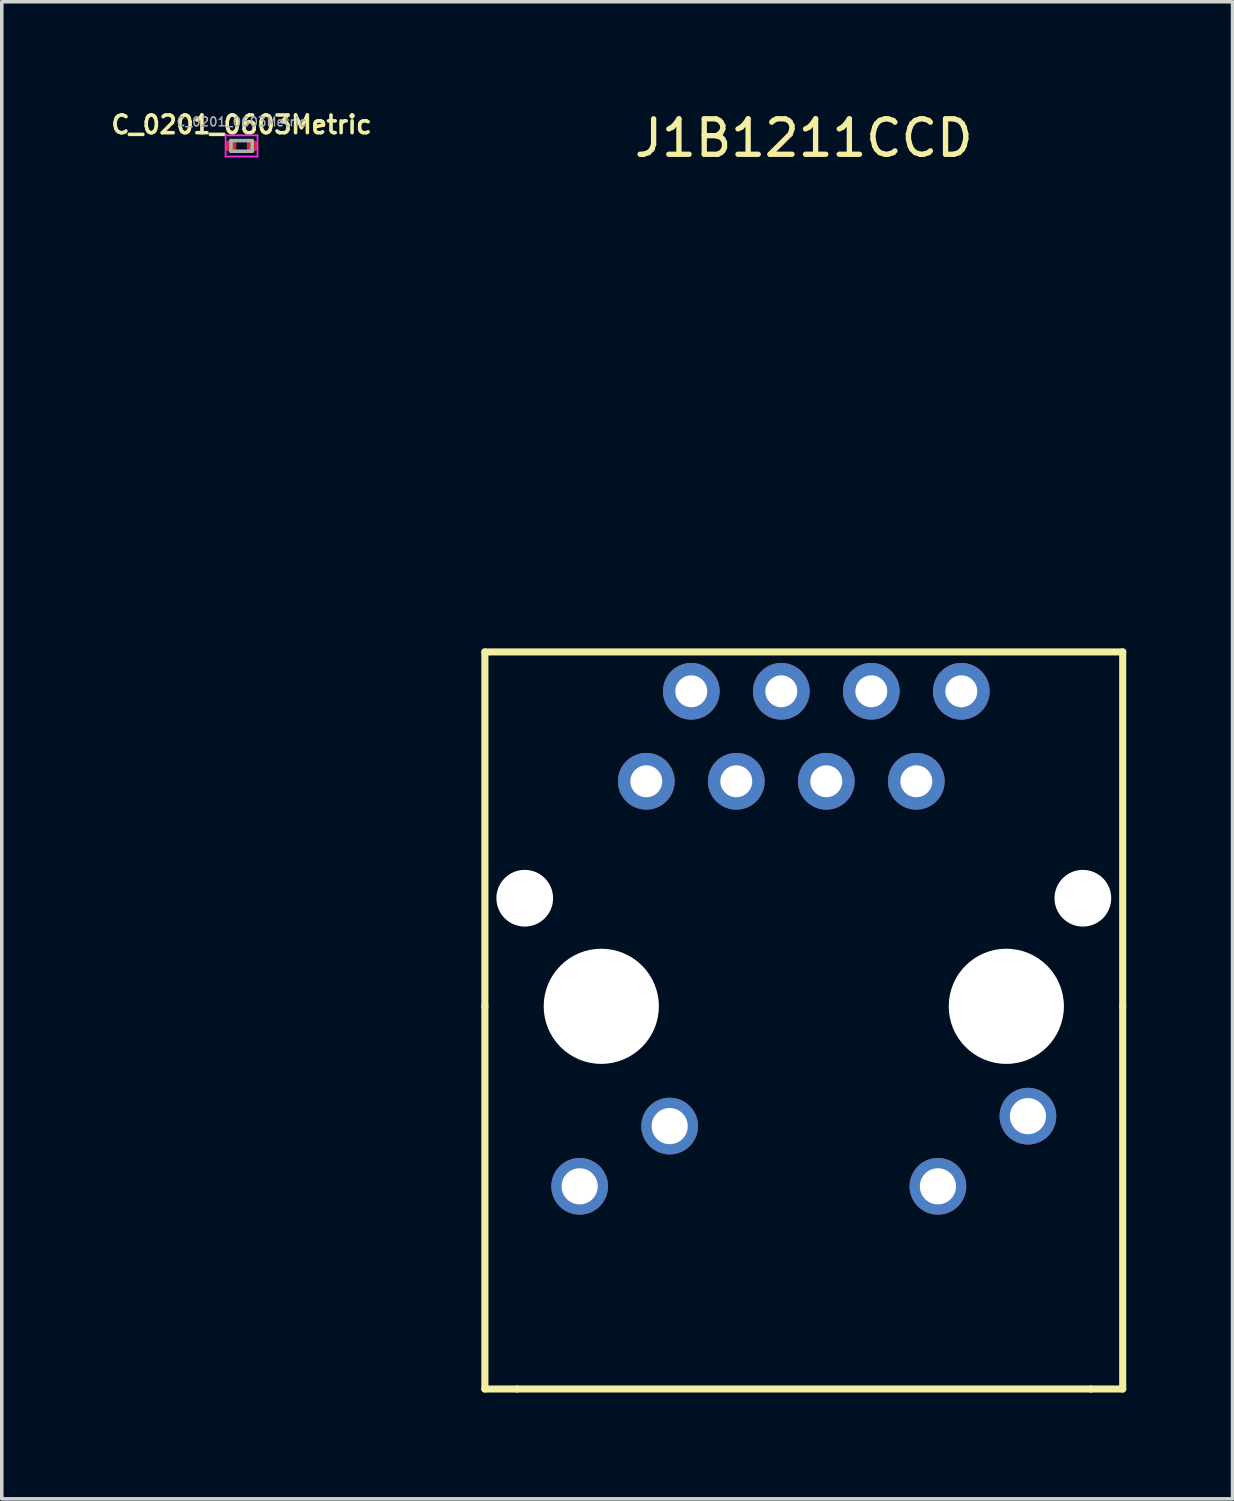
<source format=kicad_pcb>
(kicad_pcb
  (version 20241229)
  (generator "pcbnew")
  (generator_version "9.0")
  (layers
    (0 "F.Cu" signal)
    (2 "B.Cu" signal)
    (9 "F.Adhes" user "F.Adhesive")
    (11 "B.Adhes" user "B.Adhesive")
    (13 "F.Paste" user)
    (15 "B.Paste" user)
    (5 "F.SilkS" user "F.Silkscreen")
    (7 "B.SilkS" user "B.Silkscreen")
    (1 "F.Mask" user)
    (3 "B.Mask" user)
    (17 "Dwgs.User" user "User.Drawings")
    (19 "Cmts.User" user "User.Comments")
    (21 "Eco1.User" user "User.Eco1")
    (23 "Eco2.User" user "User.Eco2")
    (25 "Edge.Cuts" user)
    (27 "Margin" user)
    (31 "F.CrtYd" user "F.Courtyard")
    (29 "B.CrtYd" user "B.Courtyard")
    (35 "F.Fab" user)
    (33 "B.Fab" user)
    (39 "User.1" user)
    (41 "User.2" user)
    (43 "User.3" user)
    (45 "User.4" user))
  (footprint "C_0201_0603Metric"
    (layer "F.Cu")
    (at 3.767 1.068)
    (property "Reference" "C_0201_0603Metric" (at 0 -0.6 0) (layer "F.SilkS") (effects (font (size 0.5 0.5) (thickness 0.1))))
    (attr smd)
    (fp_line (start -0.45 -0.3) (end 0.45 -0.3) (stroke (width 0.05) (type solid)) (layer "F.CrtYd"))
    (fp_line (start -0.45 0.3) (end -0.45 -0.3) (stroke (width 0.05) (type solid)) (layer "F.CrtYd"))
    (fp_line (start 0.45 -0.3) (end 0.45 0.3) (stroke (width 0.05) (type solid)) (layer "F.CrtYd"))
    (fp_line (start 0.45 0.3) (end -0.45 0.3) (stroke (width 0.05) (type solid)) (layer "F.CrtYd"))
    (fp_line (start -0.3 -0.15) (end 0.3 -0.15) (stroke (width 0.1) (type solid)) (layer "F.Fab"))
    (fp_line (start -0.3 0.15) (end -0.3 -0.15) (stroke (width 0.1) (type solid)) (layer "F.Fab"))
    (fp_line (start 0.3 -0.15) (end 0.3 0.15) (stroke (width 0.1) (type solid)) (layer "F.Fab"))
    (fp_line (start 0.3 0.15) (end -0.3 0.15) (stroke (width 0.1) (type solid)) (layer "F.Fab"))
    (fp_text user "${REFERENCE}" (at 0 -0.68 0) (layer "F.Fab") (effects (font (size 0.25 0.25) (thickness 0.04))))
    (pad "1" smd roundrect (at -0.3 0) (size 0.3 0.3) (layers "F.Cu" "F.Mask" "F.Paste") (roundrect_rratio 0.25))
    (pad "2" smd roundrect (at 0.3 0) (size 0.3 0.3) (layers "F.Cu" "F.Mask" "F.Paste") (roundrect_rratio 0.25)))
  (footprint "J1B1211CCD"
    (layer "F.Cu")
    (at 19.633 25.348)
    (property "Reference" "J1B1211CCD" (at 0 -24.5 0) (layer "F.SilkS") (effects (font (size 1 1) (thickness 0.15))))
    (attr through_hole)
    (fp_line (start -9 -10) (end 9 -10) (stroke (width 0.2) (type solid)) (layer "F.SilkS"))
    (fp_line (start -9 0) (end -9 -10) (stroke (width 0.2) (type solid)) (layer "F.SilkS"))
    (fp_line (start -9 0) (end -9 10.8) (stroke (width 0.2) (type solid)) (layer "F.SilkS"))
    (fp_line (start -9 10.8) (end -8.1 10.8) (stroke (width 0.2) (type solid)) (layer "F.SilkS"))
    (fp_line (start -8.1 10.8) (end 8.1 10.8) (stroke (width 0.2) (type solid)) (layer "F.SilkS"))
    (fp_line (start 9 -10) (end 9 0) (stroke (width 0.2) (type solid)) (layer "F.SilkS"))
    (fp_line (start 9 0) (end 9 10.8) (stroke (width 0.2) (type solid)) (layer "F.SilkS"))
    (fp_line (start 9 10.8) (end 8.1 10.8) (stroke (width 0.2) (type solid)) (layer "F.SilkS"))
    (pad "" np_thru_hole circle (at -7.875 -3.05) (size 1.6 1.6) (drill 1.6) (layers "*.Cu" "*.Mask"))
    (pad "" np_thru_hole circle (at -5.715 0) (size 3.25 3.25) (drill 3.25) (layers "*.Cu" "*.Mask"))
    (pad "" np_thru_hole circle (at 5.715 0) (size 3.25 3.25) (drill 3.25) (layers "*.Cu" "*.Mask"))
    (pad "" np_thru_hole circle (at 7.875 -3.05) (size 1.6 1.6) (drill 1.6) (layers "*.Cu" "*.Mask"))
    (pad "1" thru_hole circle (at -4.445 -6.35) (size 1.6 1.6) (drill 0.9) (layers "*.Cu" "*.Mask"))
    (pad "2" thru_hole circle (at -3.175 -8.89) (size 1.6 1.6) (drill 0.9) (layers "*.Cu" "*.Mask"))
    (pad "3" thru_hole circle (at -1.905 -6.35) (size 1.6 1.6) (drill 0.9) (layers "*.Cu" "*.Mask"))
    (pad "4" thru_hole circle (at -0.635 -8.89) (size 1.6 1.6) (drill 0.9) (layers "*.Cu" "*.Mask"))
    (pad "5" thru_hole circle (at 0.635 -6.35) (size 1.6 1.6) (drill 0.9) (layers "*.Cu" "*.Mask"))
    (pad "6" thru_hole circle (at 1.905 -8.89) (size 1.6 1.6) (drill 0.9) (layers "*.Cu" "*.Mask"))
    (pad "7" thru_hole circle (at 3.175 -6.35) (size 1.6 1.6) (drill 0.9) (layers "*.Cu" "*.Mask"))
    (pad "8" thru_hole circle (at 4.445 -8.89) (size 1.6 1.6) (drill 0.9) (layers "*.Cu" "*.Mask"))
    (pad "9" thru_hole circle (at -6.325 5.08) (size 1.6 1.6) (drill 1.02) (layers "*.Cu" "*.Mask"))
    (pad "10" thru_hole circle (at -3.785 3.38) (size 1.6 1.6) (drill 1.02) (layers "*.Cu" "*.Mask"))
    (pad "11" thru_hole circle (at 3.785 5.08) (size 1.6 1.6) (drill 1.02) (layers "*.Cu" "*.Mask"))
    (pad "12" thru_hole circle (at 6.325 3.1) (size 1.6 1.6) (drill 1.02) (layers "*.Cu" "*.Mask")))
  (gr_rect
    (start -3 -3)
    (end 31.733 39.248)
    (stroke (width 0.1) (type default))
    (fill no)
    (layer "Edge.Cuts")))
</source>
